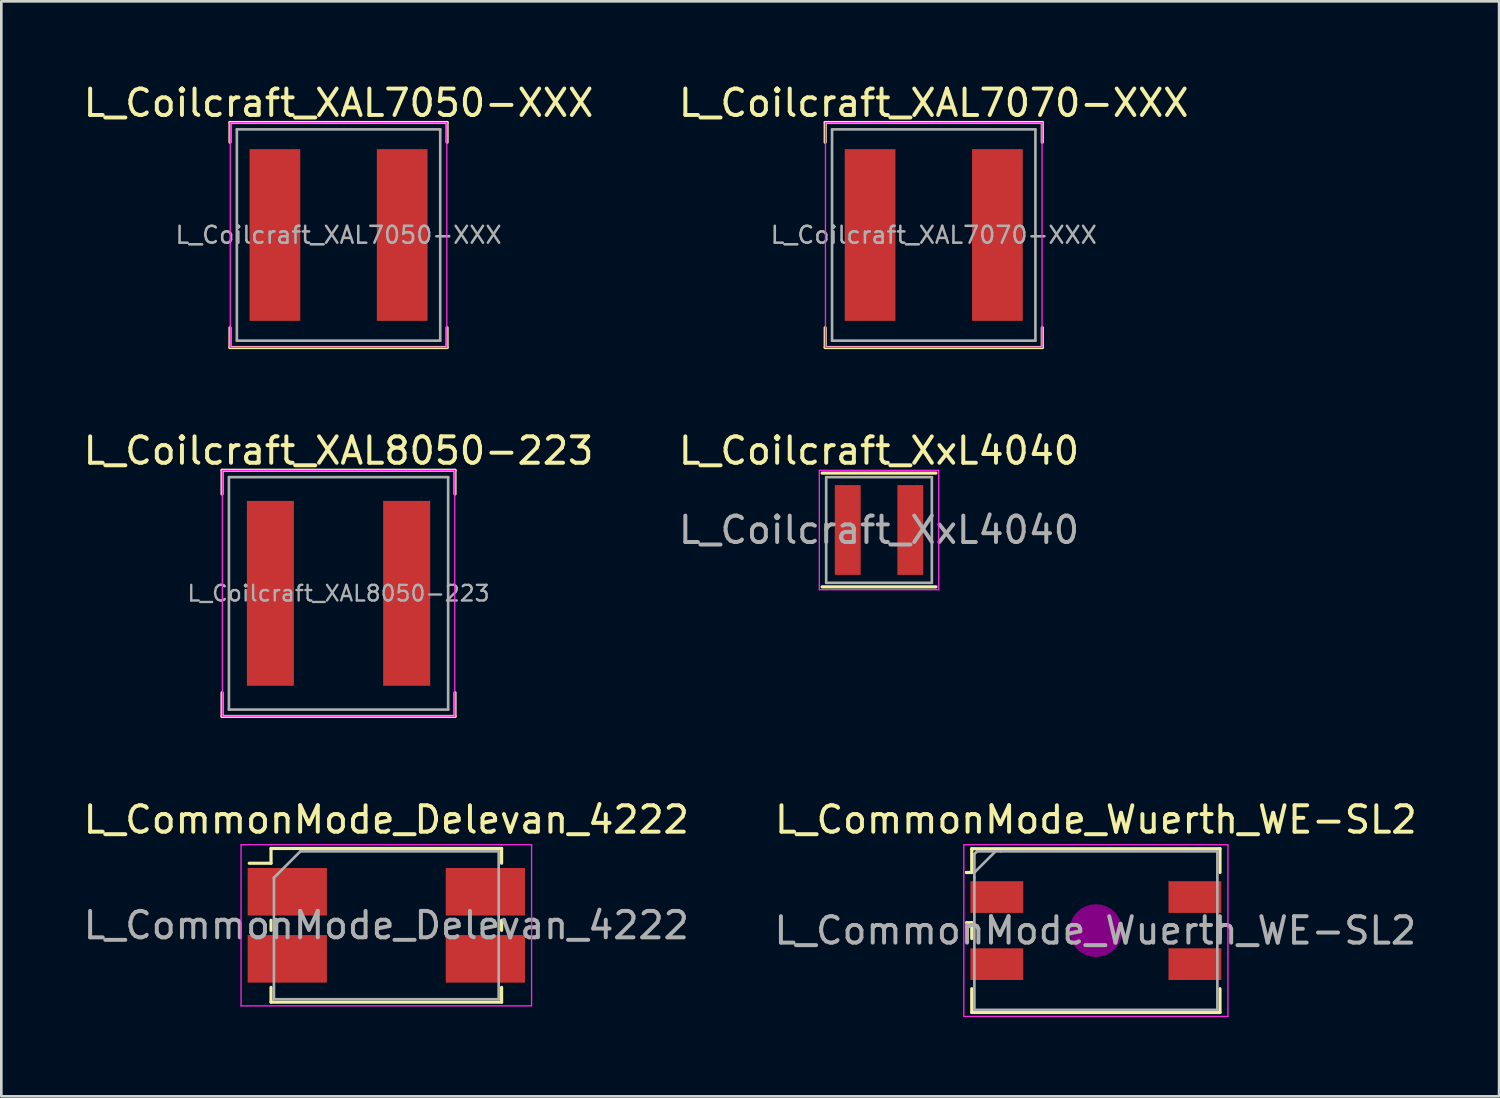
<source format=kicad_pcb>
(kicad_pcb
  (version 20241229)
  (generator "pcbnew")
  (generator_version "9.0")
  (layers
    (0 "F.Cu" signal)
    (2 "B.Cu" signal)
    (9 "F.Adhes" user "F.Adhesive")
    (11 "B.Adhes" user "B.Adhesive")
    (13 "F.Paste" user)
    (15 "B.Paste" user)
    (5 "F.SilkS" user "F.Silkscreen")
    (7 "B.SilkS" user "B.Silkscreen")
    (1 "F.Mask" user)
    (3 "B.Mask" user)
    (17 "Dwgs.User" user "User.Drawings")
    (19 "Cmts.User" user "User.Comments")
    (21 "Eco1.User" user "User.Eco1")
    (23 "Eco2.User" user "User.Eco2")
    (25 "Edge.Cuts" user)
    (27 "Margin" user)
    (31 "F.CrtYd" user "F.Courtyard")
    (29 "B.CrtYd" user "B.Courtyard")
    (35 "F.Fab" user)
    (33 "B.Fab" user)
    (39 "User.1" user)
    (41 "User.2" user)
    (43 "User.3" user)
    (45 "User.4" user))
  (footprint "L_CommonMode_Wuerth_WE-SL2"
    (layer "F.Cu")
    (at 38.443 32.185)
    (property "Reference" "L_CommonMode_Wuerth_WE-SL2" (at 0 -4.2 0) (layer "F.SilkS") (effects (font (size 1 1) (thickness 0.15))))
    (attr smd)
    (fp_line (start -4.9 -2.2) (end -4.8 -2.2) (stroke (width 0.12) (type solid)) (layer "F.SilkS"))
    (fp_line (start -4.9 -0.3) (end -4.7 -0.3) (stroke (width 0.12) (type solid)) (layer "F.SilkS"))
    (fp_line (start -4.7 -3.1) (end -4.7 -2.2) (stroke (width 0.12) (type solid)) (layer "F.SilkS"))
    (fp_line (start -4.7 -3.1) (end 4.7 -3.1) (stroke (width 0.12) (type solid)) (layer "F.SilkS"))
    (fp_line (start -4.7 -2.2) (end -4.9 -2.2) (stroke (width 0.12) (type solid)) (layer "F.SilkS"))
    (fp_line (start -4.7 -0.3) (end -4.7 0.3) (stroke (width 0.12) (type solid)) (layer "F.SilkS"))
    (fp_line (start -4.7 3.1) (end -4.7 2.2) (stroke (width 0.12) (type solid)) (layer "F.SilkS"))
    (fp_line (start 4.7 -3.1) (end 4.7 -2.2) (stroke (width 0.12) (type solid)) (layer "F.SilkS"))
    (fp_line (start 4.7 -0.3) (end 4.7 0.3) (stroke (width 0.12) (type solid)) (layer "F.SilkS"))
    (fp_line (start 4.7 3.1) (end -4.7 3.1) (stroke (width 0.12) (type solid)) (layer "F.SilkS"))
    (fp_line (start 4.7 3.1) (end 4.7 2.2) (stroke (width 0.12) (type solid)) (layer "F.SilkS"))
    (fp_circle (center 0 0) (end 0.5 0) (stroke (width 1) (type solid)) (fill no) (layer "F.Adhes"))
    (fp_line (start -5 -3.25) (end 5 -3.25) (stroke (width 0.05) (type solid)) (layer "F.CrtYd"))
    (fp_line (start -5 3.25) (end -5 -3.25) (stroke (width 0.05) (type solid)) (layer "F.CrtYd"))
    (fp_line (start 5 -3.25) (end 5 3.25) (stroke (width 0.05) (type solid)) (layer "F.CrtYd"))
    (fp_line (start 5 3.25) (end -5 3.25) (stroke (width 0.05) (type solid)) (layer "F.CrtYd"))
    (fp_line (start -4.6 -2.9) (end -4.5 -3) (stroke (width 0.1) (type solid)) (layer "F.Fab"))
    (fp_line (start -4.6 -2.2) (end -3.8 -3) (stroke (width 0.1) (type solid)) (layer "F.Fab"))
    (fp_line (start -4.6 -2) (end -4.6 -2.9) (stroke (width 0.1) (type solid)) (layer "F.Fab"))
    (fp_line (start -4.6 -2) (end -4.6 3) (stroke (width 0.1) (type solid)) (layer "F.Fab"))
    (fp_line (start -4.5 -3) (end -3.6 -3) (stroke (width 0.1) (type solid)) (layer "F.Fab"))
    (fp_line (start -3.6 -3) (end 4.6 -3) (stroke (width 0.1) (type solid)) (layer "F.Fab"))
    (fp_line (start 4.6 -3) (end 4.6 3) (stroke (width 0.1) (type solid)) (layer "F.Fab"))
    (fp_line (start 4.6 3) (end -4.6 3) (stroke (width 0.1) (type solid)) (layer "F.Fab"))
    (fp_text user "${REFERENCE}" (at -0.02 0 0) (layer "F.Fab") (effects (font (size 1 1) (thickness 0.15))))
    (pad "1" smd rect (at -3.75 -1.27) (size 2 1.2) (layers "F.Cu" "F.Mask" "F.Paste"))
    (pad "2" smd rect (at -3.75 1.27) (size 2 1.2) (layers "F.Cu" "F.Mask" "F.Paste"))
    (pad "3" smd rect (at 3.75 1.27) (size 2 1.2) (layers "F.Cu" "F.Mask" "F.Paste"))
    (pad "4" smd rect (at 3.75 -1.27) (size 2 1.2) (layers "F.Cu" "F.Mask" "F.Paste")))
  (footprint "L_Coilcraft_XxL4040"
    (layer "F.Cu")
    (at 30.232 17.017)
    (property "Reference" "L_Coilcraft_XxL4040" (at 0 -3 0) (layer "F.SilkS") (effects (font (size 1 1) (thickness 0.15))))
    (attr smd)
    (fp_line (start -2.154 -2.154) (end 2.154 -2.154) (stroke (width 0.12) (type solid)) (layer "F.SilkS"))
    (fp_line (start 2.154 2.154) (end -2.154 2.154) (stroke (width 0.12) (type solid)) (layer "F.SilkS"))
    (fp_line (start -2.26 -2.26) (end 2.26 -2.26) (stroke (width 0.05) (type solid)) (layer "F.CrtYd"))
    (fp_line (start -2.26 2.26) (end -2.26 -2.26) (stroke (width 0.05) (type solid)) (layer "F.CrtYd"))
    (fp_line (start 2.26 -2.26) (end 2.26 2.26) (stroke (width 0.05) (type solid)) (layer "F.CrtYd"))
    (fp_line (start 2.26 2.26) (end -2.26 2.26) (stroke (width 0.05) (type solid)) (layer "F.CrtYd"))
    (fp_line (start -2 -2) (end 2 -2) (stroke (width 0.1) (type solid)) (layer "F.Fab"))
    (fp_line (start -2 2) (end -2 -2) (stroke (width 0.1) (type solid)) (layer "F.Fab"))
    (fp_line (start 2 -2) (end 2 2) (stroke (width 0.1) (type solid)) (layer "F.Fab"))
    (fp_line (start 2 2) (end -2 2) (stroke (width 0.1) (type solid)) (layer "F.Fab"))
    (fp_text user "${REFERENCE}" (at 0 0 0) (layer "F.Fab") (effects (font (size 1 1) (thickness 0.15))))
    (pad "1" smd rect (at -1.185 0) (size 0.98 3.4) (layers "F.Cu" "F.Mask" "F.Paste"))
    (pad "2" smd rect (at 1.185 0) (size 0.98 3.4) (layers "F.Cu" "F.Mask" "F.Paste")))
  (footprint "L_Coilcraft_XAL7070-XXX"
    (layer "F.Cu")
    (at 32.304 5.848)
    (property "Reference" "L_Coilcraft_XAL7070-XXX" (at 0 -5 0) (layer "F.SilkS") (effects (font (size 1 1) (thickness 0.15))))
    (attr smd)
    (fp_line (start -4.11 -4.26) (end -4.11 -3.51) (stroke (width 0.12) (type solid)) (layer "F.SilkS"))
    (fp_line (start -4.11 -4.26) (end 4.11 -4.26) (stroke (width 0.12) (type solid)) (layer "F.SilkS"))
    (fp_line (start -4.11 4.26) (end -4.11 3.51) (stroke (width 0.12) (type solid)) (layer "F.SilkS"))
    (fp_line (start -4.11 4.26) (end 4.11 4.26) (stroke (width 0.12) (type solid)) (layer "F.SilkS"))
    (fp_line (start 4.11 -4.26) (end 4.11 -3.51) (stroke (width 0.12) (type solid)) (layer "F.SilkS"))
    (fp_line (start 4.11 4.26) (end 4.11 3.51) (stroke (width 0.12) (type solid)) (layer "F.SilkS"))
    (fp_line (start -4.1 -4.25) (end -4.1 4.25) (stroke (width 0.05) (type solid)) (layer "F.CrtYd"))
    (fp_line (start -4.1 4.25) (end 4.1 4.25) (stroke (width 0.05) (type solid)) (layer "F.CrtYd"))
    (fp_line (start 4.1 -4.25) (end -4.1 -4.25) (stroke (width 0.05) (type solid)) (layer "F.CrtYd"))
    (fp_line (start 4.1 4.25) (end 4.1 -4.25) (stroke (width 0.05) (type solid)) (layer "F.CrtYd"))
    (fp_line (start -3.85 -4) (end -3.85 4) (stroke (width 0.1) (type solid)) (layer "F.Fab"))
    (fp_line (start -3.85 4) (end 3.85 4) (stroke (width 0.1) (type solid)) (layer "F.Fab"))
    (fp_line (start 3.85 -4) (end -3.85 -4) (stroke (width 0.1) (type solid)) (layer "F.Fab"))
    (fp_line (start 3.85 4) (end 3.85 -4) (stroke (width 0.1) (type solid)) (layer "F.Fab"))
    (fp_text user "${REFERENCE}" (at 0 0 0) (layer "F.Fab") (effects (font (size 0.64 0.64) (thickness 0.096))))
    (pad "1" smd rect (at -2.41 0) (size 1.92 6.5) (layers "F.Cu" "F.Mask" "F.Paste"))
    (pad "2" smd rect (at 2.41 0) (size 1.92 6.5) (layers "F.Cu" "F.Mask" "F.Paste")))
  (footprint "L_Coilcraft_XAL8050-223"
    (layer "F.Cu")
    (at 9.768 19.416)
    (property "Reference" "L_Coilcraft_XAL8050-223" (at 0 -5.4 0) (layer "F.SilkS") (effects (font (size 1 1) (thickness 0.15))))
    (attr smd)
    (fp_line (start -4.41 -4.66) (end -4.41 -3.76) (stroke (width 0.12) (type solid)) (layer "F.SilkS"))
    (fp_line (start -4.41 -4.66) (end 4.41 -4.66) (stroke (width 0.12) (type solid)) (layer "F.SilkS"))
    (fp_line (start -4.41 4.66) (end -4.41 3.76) (stroke (width 0.12) (type solid)) (layer "F.SilkS"))
    (fp_line (start -4.41 4.66) (end 4.41 4.66) (stroke (width 0.12) (type solid)) (layer "F.SilkS"))
    (fp_line (start 4.41 -4.66) (end 4.41 -3.76) (stroke (width 0.12) (type solid)) (layer "F.SilkS"))
    (fp_line (start 4.41 4.66) (end 4.41 3.76) (stroke (width 0.12) (type solid)) (layer "F.SilkS"))
    (fp_line (start -4.4 -4.65) (end -4.4 4.65) (stroke (width 0.05) (type solid)) (layer "F.CrtYd"))
    (fp_line (start -4.4 4.65) (end 4.4 4.65) (stroke (width 0.05) (type solid)) (layer "F.CrtYd"))
    (fp_line (start 4.4 -4.65) (end -4.4 -4.65) (stroke (width 0.05) (type solid)) (layer "F.CrtYd"))
    (fp_line (start 4.4 4.65) (end 4.4 -4.65) (stroke (width 0.05) (type solid)) (layer "F.CrtYd"))
    (fp_line (start -4.15 -4.4) (end -4.15 4.4) (stroke (width 0.1) (type solid)) (layer "F.Fab"))
    (fp_line (start -4.15 4.4) (end 4.15 4.4) (stroke (width 0.1) (type solid)) (layer "F.Fab"))
    (fp_line (start 4.15 -4.4) (end -4.15 -4.4) (stroke (width 0.1) (type solid)) (layer "F.Fab"))
    (fp_line (start 4.15 4.4) (end 4.15 -4.4) (stroke (width 0.1) (type solid)) (layer "F.Fab"))
    (fp_text user "${REFERENCE}" (at 0 0 0) (layer "F.Fab") (effects (font (size 0.593 0.593) (thickness 0.089))))
    (pad "1" smd rect (at -2.58 0) (size 1.78 7) (layers "F.Cu" "F.Mask" "F.Paste"))
    (pad "2" smd rect (at 2.58 0) (size 1.78 7) (layers "F.Cu" "F.Mask" "F.Paste")))
  (footprint "L_CommonMode_Delevan_4222"
    (layer "F.Cu")
    (at 11.577 31.985)
    (property "Reference" "L_CommonMode_Delevan_4222" (at 0 -4 0) (layer "F.SilkS") (effects (font (size 1 1) (thickness 0.15))))
    (attr smd)
    (fp_line (start -5.19 -2.35) (end -4.365 -2.35) (stroke (width 0.12) (type solid)) (layer "F.SilkS"))
    (fp_line (start -4.365 -2.91) (end -4.365 -2.35) (stroke (width 0.12) (type solid)) (layer "F.SilkS"))
    (fp_line (start -4.365 -2.91) (end 4.365 -2.91) (stroke (width 0.12) (type solid)) (layer "F.SilkS"))
    (fp_line (start -4.365 -0.19) (end -4.365 0.19) (stroke (width 0.12) (type solid)) (layer "F.SilkS"))
    (fp_line (start -4.365 2.91) (end -4.365 2.35) (stroke (width 0.12) (type solid)) (layer "F.SilkS"))
    (fp_line (start 4.365 -2.91) (end 4.365 -2.35) (stroke (width 0.12) (type solid)) (layer "F.SilkS"))
    (fp_line (start 4.365 -0.19) (end 4.365 0.19) (stroke (width 0.12) (type solid)) (layer "F.SilkS"))
    (fp_line (start 4.365 2.91) (end -4.365 2.91) (stroke (width 0.12) (type solid)) (layer "F.SilkS"))
    (fp_line (start 4.365 2.91) (end 4.365 2.35) (stroke (width 0.12) (type solid)) (layer "F.SilkS"))
    (fp_line (start -5.5 -3.05) (end 5.5 -3.05) (stroke (width 0.05) (type solid)) (layer "F.CrtYd"))
    (fp_line (start -5.5 3.05) (end -5.5 -3.05) (stroke (width 0.05) (type solid)) (layer "F.CrtYd"))
    (fp_line (start 5.5 -3.05) (end 5.5 3.05) (stroke (width 0.05) (type solid)) (layer "F.CrtYd"))
    (fp_line (start 5.5 3.05) (end -5.5 3.05) (stroke (width 0.05) (type solid)) (layer "F.CrtYd"))
    (fp_line (start -4.255 -1.8) (end -4.255 2.8) (stroke (width 0.1) (type solid)) (layer "F.Fab"))
    (fp_line (start -4.255 -1.8) (end -3.255 -2.8) (stroke (width 0.1) (type solid)) (layer "F.Fab"))
    (fp_line (start -3.255 -2.8) (end 4.255 -2.8) (stroke (width 0.1) (type solid)) (layer "F.Fab"))
    (fp_line (start 4.255 -2.8) (end 4.255 2.8) (stroke (width 0.1) (type solid)) (layer "F.Fab"))
    (fp_line (start 4.255 2.8) (end -4.255 2.8) (stroke (width 0.1) (type solid)) (layer "F.Fab"))
    (fp_text user "${REFERENCE}" (at 0 0 0) (layer "F.Fab") (effects (font (size 1 1) (thickness 0.15))))
    (pad "1" smd rect (at -3.75 -1.27) (size 3 1.8) (layers "F.Cu" "F.Mask" "F.Paste"))
    (pad "2" smd rect (at -3.75 1.27) (size 3 1.8) (layers "F.Cu" "F.Mask" "F.Paste"))
    (pad "3" smd rect (at 3.75 1.27) (size 3 1.8) (layers "F.Cu" "F.Mask" "F.Paste"))
    (pad "4" smd rect (at 3.75 -1.27) (size 3 1.8) (layers "F.Cu" "F.Mask" "F.Paste")))
  (footprint "L_Coilcraft_XAL7050-XXX"
    (layer "F.Cu")
    (at 9.768 5.848)
    (property "Reference" "L_Coilcraft_XAL7050-XXX" (at 0 -5 0) (layer "F.SilkS") (effects (font (size 1 1) (thickness 0.15))))
    (attr smd)
    (fp_line (start -4.11 -4.26) (end -4.11 -3.51) (stroke (width 0.12) (type solid)) (layer "F.SilkS"))
    (fp_line (start -4.11 -4.26) (end 4.11 -4.26) (stroke (width 0.12) (type solid)) (layer "F.SilkS"))
    (fp_line (start -4.11 4.26) (end -4.11 3.51) (stroke (width 0.12) (type solid)) (layer "F.SilkS"))
    (fp_line (start -4.11 4.26) (end 4.11 4.26) (stroke (width 0.12) (type solid)) (layer "F.SilkS"))
    (fp_line (start 4.11 -4.26) (end 4.11 -3.51) (stroke (width 0.12) (type solid)) (layer "F.SilkS"))
    (fp_line (start 4.11 4.26) (end 4.11 3.51) (stroke (width 0.12) (type solid)) (layer "F.SilkS"))
    (fp_line (start -4.1 -4.25) (end -4.1 4.25) (stroke (width 0.05) (type solid)) (layer "F.CrtYd"))
    (fp_line (start -4.1 4.25) (end 4.1 4.25) (stroke (width 0.05) (type solid)) (layer "F.CrtYd"))
    (fp_line (start 4.1 -4.25) (end -4.1 -4.25) (stroke (width 0.05) (type solid)) (layer "F.CrtYd"))
    (fp_line (start 4.1 4.25) (end 4.1 -4.25) (stroke (width 0.05) (type solid)) (layer "F.CrtYd"))
    (fp_line (start -3.85 -4) (end -3.85 4) (stroke (width 0.1) (type solid)) (layer "F.Fab"))
    (fp_line (start -3.85 4) (end 3.85 4) (stroke (width 0.1) (type solid)) (layer "F.Fab"))
    (fp_line (start 3.85 -4) (end -3.85 -4) (stroke (width 0.1) (type solid)) (layer "F.Fab"))
    (fp_line (start 3.85 4) (end 3.85 -4) (stroke (width 0.1) (type solid)) (layer "F.Fab"))
    (fp_text user "${REFERENCE}" (at 0 0 0) (layer "F.Fab") (effects (font (size 0.64 0.64) (thickness 0.096))))
    (pad "1" smd rect (at -2.41 0) (size 1.92 6.5) (layers "F.Cu" "F.Mask" "F.Paste"))
    (pad "2" smd rect (at 2.41 0) (size 1.92 6.5) (layers "F.Cu" "F.Mask" "F.Paste")))
  (gr_rect
    (start -3 -3)
    (end 53.71 38.46)
    (stroke (width 0.1) (type default))
    (fill no)
    (layer "Edge.Cuts")))
</source>
